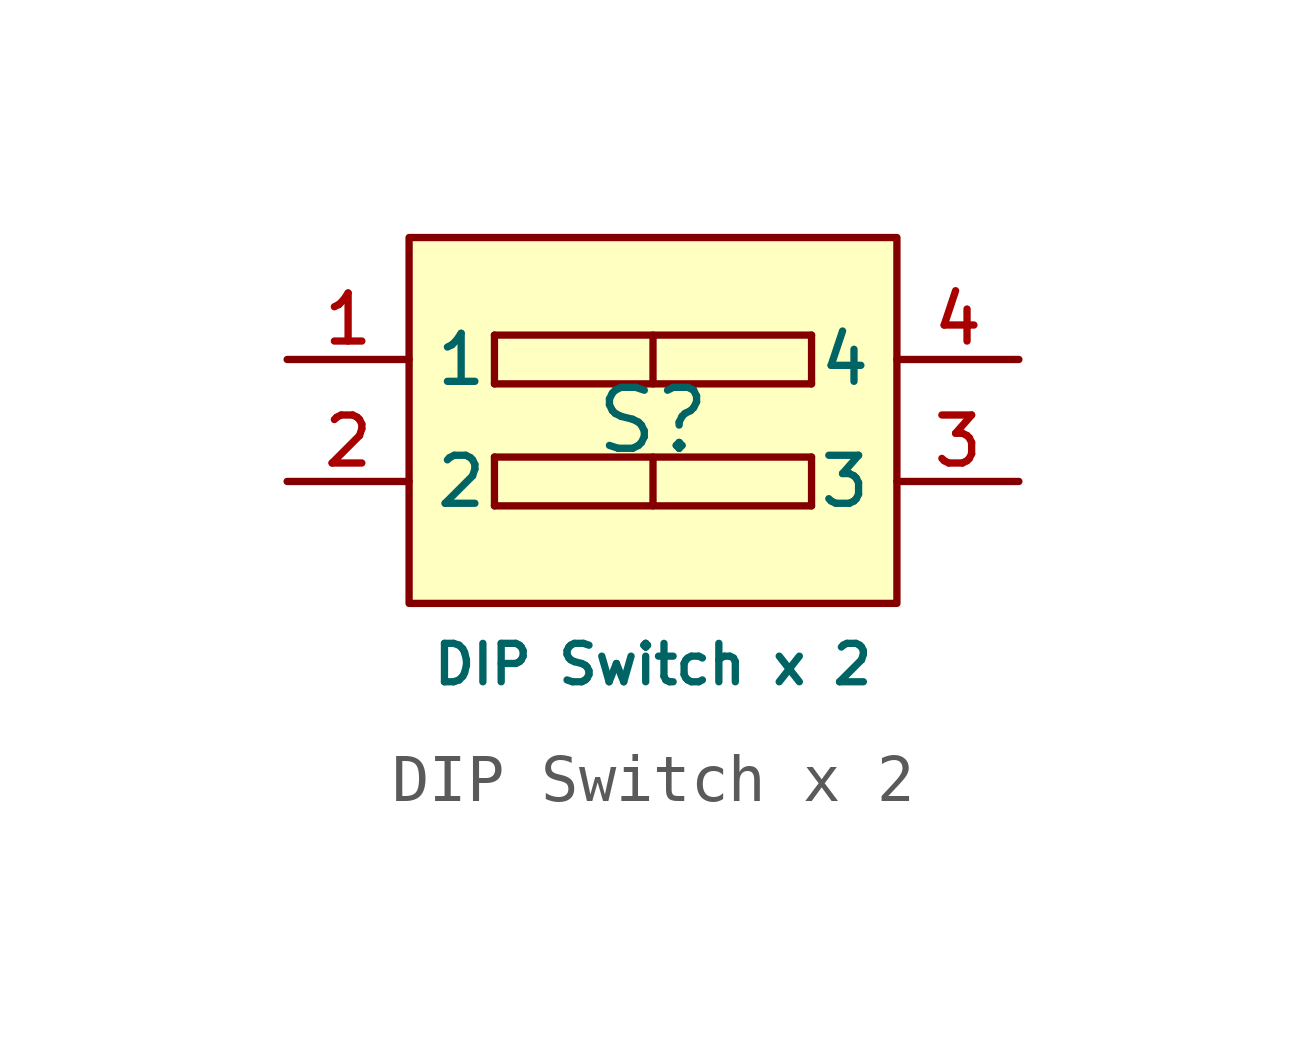
<source format=kicad_sym>
(kicad_symbol_lib
  (version 20231120)
  (generator "CDFER_Archive_Tool")
  (generator_version "0.0")
  (symbol "DIP Switch x 2"
    (property "Reference" "S"
      (at 0 1.27 0)
      (effects (font (size 1.27 1.27))))
    (property "Value" "DIP Switch x 2"
      (at 0 -3.81 0)
      (effects (font (size 0.8 0.8))))
    (symbol "DIP Switch x 2_0_1"
      (rectangle (start -5.08 5.08) (end 5.08 -2.54) (stroke (width 0) (type default)) (fill (type background)))
      (polyline (pts (xy -3.302 -0.508) (xy -3.302 0.508)) (stroke (width 0) (type default)) (fill (type none)))
      (polyline (pts (xy -3.302 0.508) (xy 3.302 0.508)) (stroke (width 0) (type default)) (fill (type none)))
      (polyline (pts (xy -3.302 2.032) (xy -3.302 3.048)) (stroke (width 0) (type default)) (fill (type none)))
      (polyline (pts (xy -3.302 3.048) (xy 3.302 3.048)) (stroke (width 0) (type default)) (fill (type none)))
      (polyline (pts (xy 0 0.508) (xy 0 -0.508)) (stroke (width 0) (type default)) (fill (type none)))
      (polyline (pts (xy 0 3.048) (xy 0 2.032)) (stroke (width 0) (type default)) (fill (type none)))
      (polyline (pts (xy 3.302 -0.508) (xy -3.302 -0.508)) (stroke (width 0) (type default)) (fill (type none)))
      (polyline (pts (xy 3.302 0.508) (xy 3.302 -0.508)) (stroke (width 0) (type default)) (fill (type none)))
      (polyline (pts (xy 3.302 2.032) (xy -3.302 2.032)) (stroke (width 0) (type default)) (fill (type none)))
      (polyline (pts (xy 3.302 3.048) (xy 3.302 2.032)) (stroke (width 0) (type default)) (fill (type none)))
      (pin input line (at -7.62 2.54 0) (length 2.54) (name "1" (effects (font (size 1 1)))) (number "1" (effects (font (size 1 1)))))
      (pin input line (at -7.62 0 0) (length 2.54) (name "2" (effects (font (size 1 1)))) (number "2" (effects (font (size 1 1)))))
      (pin input line (at 7.62 0 180) (length 2.54) (name "3" (effects (font (size 1 1)))) (number "3" (effects (font (size 1 1)))))
      (pin input line (at 7.62 2.54 180) (length 2.54) (name "4" (effects (font (size 1 1)))) (number "4" (effects (font (size 1 1))))))))
</source>
